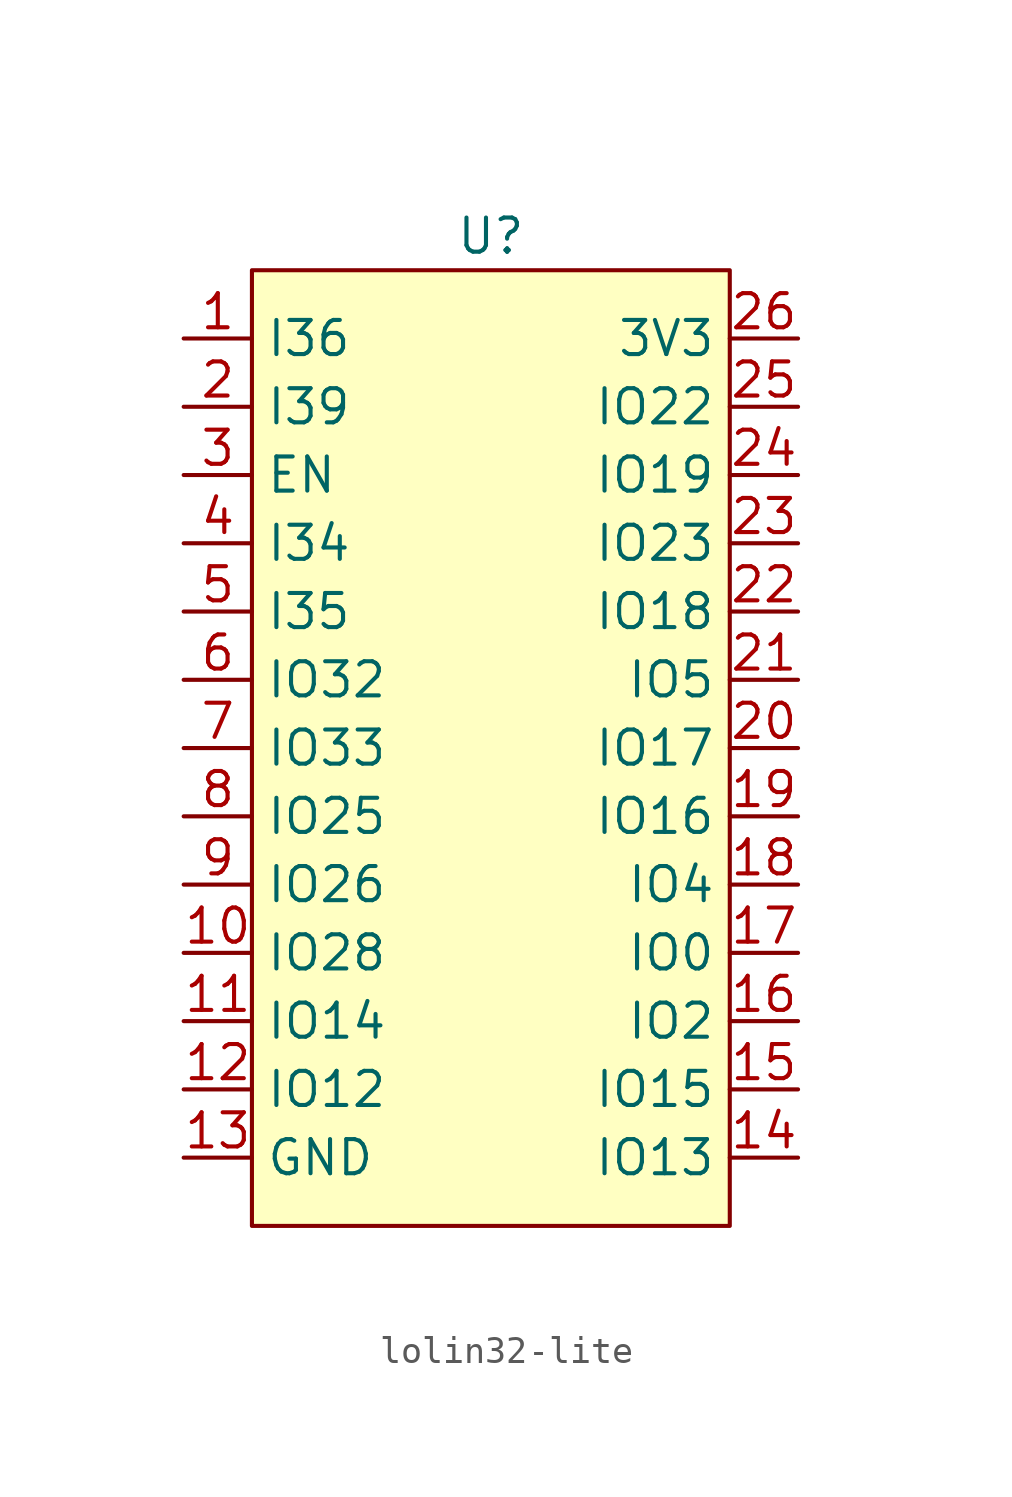
<source format=kicad_sym>
(kicad_symbol_lib
  (version 20220914)
  (generator kicad_symbol_editor)
  (symbol "lolin32-lite"
    (property "Reference" "U"
      (at 0 19.05 0)
      (effects (font (size 1.27 1.27))))
    (property "Value" ""
      (at 12.7 -10.16 0)
      (effects (font (size 1.27 1.27))))
    (symbol "lolin32-lite_1_1"
      (rectangle (start -8.89 17.78) (end 8.89 -17.78) (stroke (width 0) (type default)) (fill (type background)))
      (pin input line (at -11.43 15.24 0) (length 2.54) (name "I36" (effects (font (size 1.27 1.27)))) (number "1" (effects (font (size 1.27 1.27)))))
      (pin bidirectional line (at -11.43 -7.62 0) (length 2.54) (name "IO28" (effects (font (size 1.27 1.27)))) (number "10" (effects (font (size 1.27 1.27)))))
      (pin bidirectional line (at -11.43 -10.16 0) (length 2.54) (name "IO14" (effects (font (size 1.27 1.27)))) (number "11" (effects (font (size 1.27 1.27)))))
      (pin bidirectional line (at -11.43 -12.7 0) (length 2.54) (name "IO12" (effects (font (size 1.27 1.27)))) (number "12" (effects (font (size 1.27 1.27)))))
      (pin power_in line (at -11.43 -15.24 0) (length 2.54) (name "GND" (effects (font (size 1.27 1.27)))) (number "13" (effects (font (size 1.27 1.27)))))
      (pin bidirectional line (at 11.43 -15.24 180) (length 2.54) (name "IO13" (effects (font (size 1.27 1.27)))) (number "14" (effects (font (size 1.27 1.27)))))
      (pin bidirectional line (at 11.43 -12.7 180) (length 2.54) (name "IO15" (effects (font (size 1.27 1.27)))) (number "15" (effects (font (size 1.27 1.27)))))
      (pin bidirectional line (at 11.43 -10.16 180) (length 2.54) (name "IO2" (effects (font (size 1.27 1.27)))) (number "16" (effects (font (size 1.27 1.27)))))
      (pin bidirectional line (at 11.43 -7.62 180) (length 2.54) (name "IO0" (effects (font (size 1.27 1.27)))) (number "17" (effects (font (size 1.27 1.27)))))
      (pin bidirectional line (at 11.43 -5.08 180) (length 2.54) (name "IO4" (effects (font (size 1.27 1.27)))) (number "18" (effects (font (size 1.27 1.27)))))
      (pin bidirectional line (at 11.43 -2.54 180) (length 2.54) (name "IO16" (effects (font (size 1.27 1.27)))) (number "19" (effects (font (size 1.27 1.27)))))
      (pin input line (at -11.43 12.7 0) (length 2.54) (name "I39" (effects (font (size 1.27 1.27)))) (number "2" (effects (font (size 1.27 1.27)))))
      (pin bidirectional line (at 11.43 0 180) (length 2.54) (name "IO17" (effects (font (size 1.27 1.27)))) (number "20" (effects (font (size 1.27 1.27)))))
      (pin bidirectional line (at 11.43 2.54 180) (length 2.54) (name "IO5" (effects (font (size 1.27 1.27)))) (number "21" (effects (font (size 1.27 1.27)))))
      (pin bidirectional line (at 11.43 5.08 180) (length 2.54) (name "IO18" (effects (font (size 1.27 1.27)))) (number "22" (effects (font (size 1.27 1.27)))))
      (pin bidirectional line (at 11.43 7.62 180) (length 2.54) (name "IO23" (effects (font (size 1.27 1.27)))) (number "23" (effects (font (size 1.27 1.27)))))
      (pin bidirectional line (at 11.43 10.16 180) (length 2.54) (name "IO19" (effects (font (size 1.27 1.27)))) (number "24" (effects (font (size 1.27 1.27)))))
      (pin bidirectional line (at 11.43 12.7 180) (length 2.54) (name "IO22" (effects (font (size 1.27 1.27)))) (number "25" (effects (font (size 1.27 1.27)))))
      (pin power_in line (at 11.43 15.24 180) (length 2.54) (name "3V3" (effects (font (size 1.27 1.27)))) (number "26" (effects (font (size 1.27 1.27)))))
      (pin input line (at -11.43 10.16 0) (length 2.54) (name "EN" (effects (font (size 1.27 1.27)))) (number "3" (effects (font (size 1.27 1.27)))))
      (pin input line (at -11.43 7.62 0) (length 2.54) (name "I34" (effects (font (size 1.27 1.27)))) (number "4" (effects (font (size 1.27 1.27)))))
      (pin input line (at -11.43 5.08 0) (length 2.54) (name "I35" (effects (font (size 1.27 1.27)))) (number "5" (effects (font (size 1.27 1.27)))))
      (pin bidirectional line (at -11.43 2.54 0) (length 2.54) (name "IO32" (effects (font (size 1.27 1.27)))) (number "6" (effects (font (size 1.27 1.27)))))
      (pin bidirectional line (at -11.43 0 0) (length 2.54) (name "IO33" (effects (font (size 1.27 1.27)))) (number "7" (effects (font (size 1.27 1.27)))))
      (pin bidirectional line (at -11.43 -2.54 0) (length 2.54) (name "IO25" (effects (font (size 1.27 1.27)))) (number "8" (effects (font (size 1.27 1.27)))))
      (pin bidirectional line (at -11.43 -5.08 0) (length 2.54) (name "IO26" (effects (font (size 1.27 1.27)))) (number "9" (effects (font (size 1.27 1.27))))))))
</source>
